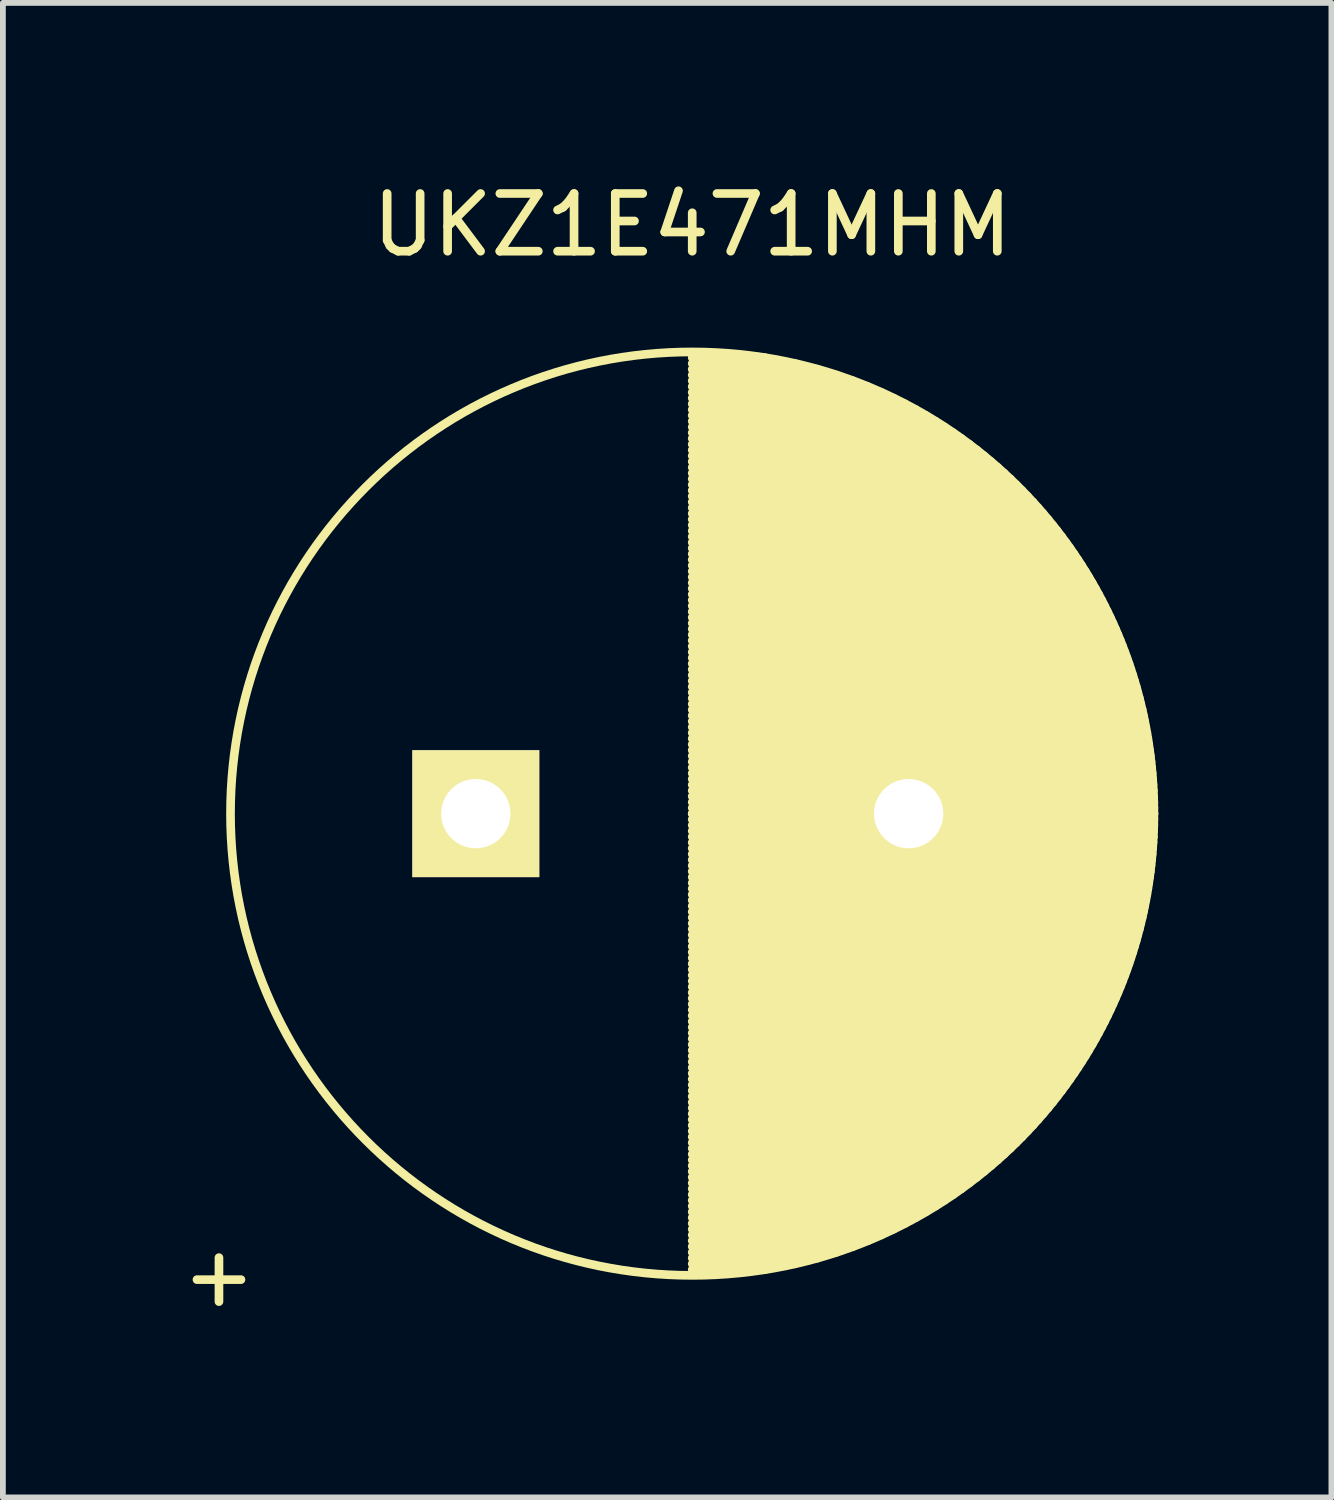
<source format=kicad_pcb>
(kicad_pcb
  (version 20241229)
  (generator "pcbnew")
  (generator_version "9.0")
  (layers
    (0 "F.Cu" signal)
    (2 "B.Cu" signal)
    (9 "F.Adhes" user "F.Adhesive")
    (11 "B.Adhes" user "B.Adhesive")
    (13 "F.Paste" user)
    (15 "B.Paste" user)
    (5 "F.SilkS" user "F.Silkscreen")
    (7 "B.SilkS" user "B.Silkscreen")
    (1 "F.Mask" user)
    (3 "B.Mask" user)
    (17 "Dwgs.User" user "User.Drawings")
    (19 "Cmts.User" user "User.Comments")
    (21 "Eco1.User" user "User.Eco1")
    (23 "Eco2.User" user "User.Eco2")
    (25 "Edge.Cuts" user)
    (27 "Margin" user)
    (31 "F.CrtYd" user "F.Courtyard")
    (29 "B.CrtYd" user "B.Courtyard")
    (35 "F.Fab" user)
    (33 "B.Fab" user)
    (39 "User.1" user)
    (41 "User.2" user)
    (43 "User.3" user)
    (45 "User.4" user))
  (footprint "UKZ1E471MHM"
    (layer "F.Cu")
    (at 5.194 11.048)
    (property "Reference" "UKZ1E471MHM" (at 3.75 -10.2 0) (layer "F.SilkS") (effects (font (size 1 1) (thickness 0.15))))
    (attr through_hole)
    (fp_line (start 3.75 -7.9) (end 5.011 -7.9) (stroke (width 0.15) (type solid)) (layer "F.SilkS"))
    (fp_line (start 3.75 -7.8) (end 5.528 -7.8) (stroke (width 0.15) (type solid)) (layer "F.SilkS"))
    (fp_line (start 3.75 -7.7) (end 5.92 -7.7) (stroke (width 0.15) (type solid)) (layer "F.SilkS"))
    (fp_line (start 3.75 -7.6) (end 6.248 -7.6) (stroke (width 0.15) (type solid)) (layer "F.SilkS"))
    (fp_line (start 3.75 -7.5) (end 6.534 -7.5) (stroke (width 0.15) (type solid)) (layer "F.SilkS"))
    (fp_line (start 3.75 -7.4) (end 6.79 -7.4) (stroke (width 0.15) (type solid)) (layer "F.SilkS"))
    (fp_line (start 3.75 -7.3) (end 7.023 -7.3) (stroke (width 0.15) (type solid)) (layer "F.SilkS"))
    (fp_line (start 3.75 -7.2) (end 7.237 -7.2) (stroke (width 0.15) (type solid)) (layer "F.SilkS"))
    (fp_line (start 3.75 -7.1) (end 7.436 -7.1) (stroke (width 0.15) (type solid)) (layer "F.SilkS"))
    (fp_line (start 3.75 -7) (end 7.623 -7) (stroke (width 0.15) (type solid)) (layer "F.SilkS"))
    (fp_line (start 3.75 -6.9) (end 7.798 -6.9) (stroke (width 0.15) (type solid)) (layer "F.SilkS"))
    (fp_line (start 3.75 -6.8) (end 7.964 -6.8) (stroke (width 0.15) (type solid)) (layer "F.SilkS"))
    (fp_line (start 3.75 -6.7) (end 8.121 -6.7) (stroke (width 0.15) (type solid)) (layer "F.SilkS"))
    (fp_line (start 3.75 -6.6) (end 8.271 -6.6) (stroke (width 0.15) (type solid)) (layer "F.SilkS"))
    (fp_line (start 3.75 -6.5) (end 8.414 -6.5) (stroke (width 0.15) (type solid)) (layer "F.SilkS"))
    (fp_line (start 3.75 -6.4) (end 8.55 -6.4) (stroke (width 0.15) (type solid)) (layer "F.SilkS"))
    (fp_line (start 3.75 -6.3) (end 8.681 -6.3) (stroke (width 0.15) (type solid)) (layer "F.SilkS"))
    (fp_line (start 3.75 -6.2) (end 8.806 -6.2) (stroke (width 0.15) (type solid)) (layer "F.SilkS"))
    (fp_line (start 3.75 -6.1) (end 8.926 -6.1) (stroke (width 0.15) (type solid)) (layer "F.SilkS"))
    (fp_line (start 3.75 -6) (end 9.042 -6) (stroke (width 0.15) (type solid)) (layer "F.SilkS"))
    (fp_line (start 3.75 -5.9) (end 9.153 -5.9) (stroke (width 0.15) (type solid)) (layer "F.SilkS"))
    (fp_line (start 3.75 -5.8) (end 9.26 -5.8) (stroke (width 0.15) (type solid)) (layer "F.SilkS"))
    (fp_line (start 3.75 -5.7) (end 9.363 -5.7) (stroke (width 0.15) (type solid)) (layer "F.SilkS"))
    (fp_line (start 3.75 -5.6) (end 9.463 -5.6) (stroke (width 0.15) (type solid)) (layer "F.SilkS"))
    (fp_line (start 3.75 -5.5) (end 9.559 -5.5) (stroke (width 0.15) (type solid)) (layer "F.SilkS"))
    (fp_line (start 3.75 -5.4) (end 9.653 -5.4) (stroke (width 0.15) (type solid)) (layer "F.SilkS"))
    (fp_line (start 3.75 -5.3) (end 9.742 -5.3) (stroke (width 0.15) (type solid)) (layer "F.SilkS"))
    (fp_line (start 3.75 -5.2) (end 9.829 -5.2) (stroke (width 0.15) (type solid)) (layer "F.SilkS"))
    (fp_line (start 3.75 -5.1) (end 9.914 -5.1) (stroke (width 0.15) (type solid)) (layer "F.SilkS"))
    (fp_line (start 3.75 -5) (end 9.995 -5) (stroke (width 0.15) (type solid)) (layer "F.SilkS"))
    (fp_line (start 3.75 -4.9) (end 10.074 -4.9) (stroke (width 0.15) (type solid)) (layer "F.SilkS"))
    (fp_line (start 3.75 -4.8) (end 10.15 -4.8) (stroke (width 0.15) (type solid)) (layer "F.SilkS"))
    (fp_line (start 3.75 -4.7) (end 10.224 -4.7) (stroke (width 0.15) (type solid)) (layer "F.SilkS"))
    (fp_line (start 3.75 -4.6) (end 10.295 -4.6) (stroke (width 0.15) (type solid)) (layer "F.SilkS"))
    (fp_line (start 3.75 -4.5) (end 10.364 -4.5) (stroke (width 0.15) (type solid)) (layer "F.SilkS"))
    (fp_line (start 3.75 -4.4) (end 10.431 -4.4) (stroke (width 0.15) (type solid)) (layer "F.SilkS"))
    (fp_line (start 3.75 -4.3) (end 10.496 -4.3) (stroke (width 0.15) (type solid)) (layer "F.SilkS"))
    (fp_line (start 3.75 -4.2) (end 10.559 -4.2) (stroke (width 0.15) (type solid)) (layer "F.SilkS"))
    (fp_line (start 3.75 -4.1) (end 10.619 -4.1) (stroke (width 0.15) (type solid)) (layer "F.SilkS"))
    (fp_line (start 3.75 -4) (end 10.678 -4) (stroke (width 0.15) (type solid)) (layer "F.SilkS"))
    (fp_line (start 3.75 -3.9) (end 10.735 -3.9) (stroke (width 0.15) (type solid)) (layer "F.SilkS"))
    (fp_line (start 3.75 -3.8) (end 10.79 -3.8) (stroke (width 0.15) (type solid)) (layer "F.SilkS"))
    (fp_line (start 3.75 -3.7) (end 10.843 -3.7) (stroke (width 0.15) (type solid)) (layer "F.SilkS"))
    (fp_line (start 3.75 -3.6) (end 10.894 -3.6) (stroke (width 0.15) (type solid)) (layer "F.SilkS"))
    (fp_line (start 3.75 -3.5) (end 10.944 -3.5) (stroke (width 0.15) (type solid)) (layer "F.SilkS"))
    (fp_line (start 3.75 -3.4) (end 10.992 -3.4) (stroke (width 0.15) (type solid)) (layer "F.SilkS"))
    (fp_line (start 3.75 -3.3) (end 11.038 -3.3) (stroke (width 0.15) (type solid)) (layer "F.SilkS"))
    (fp_line (start 3.75 -3.2) (end 11.082 -3.2) (stroke (width 0.15) (type solid)) (layer "F.SilkS"))
    (fp_line (start 3.75 -3.1) (end 11.125 -3.1) (stroke (width 0.15) (type solid)) (layer "F.SilkS"))
    (fp_line (start 3.75 -3) (end 11.166 -3) (stroke (width 0.15) (type solid)) (layer "F.SilkS"))
    (fp_line (start 3.75 -2.9) (end 11.206 -2.9) (stroke (width 0.15) (type solid)) (layer "F.SilkS"))
    (fp_line (start 3.75 -2.8) (end 11.244 -2.8) (stroke (width 0.15) (type solid)) (layer "F.SilkS"))
    (fp_line (start 3.75 -2.7) (end 11.281 -2.7) (stroke (width 0.15) (type solid)) (layer "F.SilkS"))
    (fp_line (start 3.75 -2.6) (end 11.316 -2.6) (stroke (width 0.15) (type solid)) (layer "F.SilkS"))
    (fp_line (start 3.75 -2.5) (end 11.349 -2.5) (stroke (width 0.15) (type solid)) (layer "F.SilkS"))
    (fp_line (start 3.75 -2.4) (end 11.382 -2.4) (stroke (width 0.15) (type solid)) (layer "F.SilkS"))
    (fp_line (start 3.75 -2.3) (end 11.412 -2.3) (stroke (width 0.15) (type solid)) (layer "F.SilkS"))
    (fp_line (start 3.75 -2.2) (end 11.442 -2.2) (stroke (width 0.15) (type solid)) (layer "F.SilkS"))
    (fp_line (start 3.75 -2.1) (end 11.469 -2.1) (stroke (width 0.15) (type solid)) (layer "F.SilkS"))
    (fp_line (start 3.75 -2) (end 11.496 -2) (stroke (width 0.15) (type solid)) (layer "F.SilkS"))
    (fp_line (start 3.75 -1.9) (end 11.521 -1.9) (stroke (width 0.15) (type solid)) (layer "F.SilkS"))
    (fp_line (start 3.75 -1.8) (end 11.545 -1.8) (stroke (width 0.15) (type solid)) (layer "F.SilkS"))
    (fp_line (start 3.75 -1.7) (end 11.567 -1.7) (stroke (width 0.15) (type solid)) (layer "F.SilkS"))
    (fp_line (start 3.75 -1.6) (end 11.588 -1.6) (stroke (width 0.15) (type solid)) (layer "F.SilkS"))
    (fp_line (start 3.75 -1.5) (end 11.608 -1.5) (stroke (width 0.15) (type solid)) (layer "F.SilkS"))
    (fp_line (start 3.75 -1.4) (end 11.627 -1.4) (stroke (width 0.15) (type solid)) (layer "F.SilkS"))
    (fp_line (start 3.75 -1.3) (end 11.644 -1.3) (stroke (width 0.15) (type solid)) (layer "F.SilkS"))
    (fp_line (start 3.75 -1.2) (end 11.659 -1.2) (stroke (width 0.15) (type solid)) (layer "F.SilkS"))
    (fp_line (start 3.75 -1.1) (end 11.674 -1.1) (stroke (width 0.15) (type solid)) (layer "F.SilkS"))
    (fp_line (start 3.75 -1) (end 11.687 -1) (stroke (width 0.15) (type solid)) (layer "F.SilkS"))
    (fp_line (start 3.75 -0.9) (end 11.699 -0.9) (stroke (width 0.15) (type solid)) (layer "F.SilkS"))
    (fp_line (start 3.75 -0.8) (end 11.71 -0.8) (stroke (width 0.15) (type solid)) (layer "F.SilkS"))
    (fp_line (start 3.75 -0.7) (end 11.719 -0.7) (stroke (width 0.15) (type solid)) (layer "F.SilkS"))
    (fp_line (start 3.75 -0.6) (end 11.727 -0.6) (stroke (width 0.15) (type solid)) (layer "F.SilkS"))
    (fp_line (start 3.75 -0.5) (end 11.734 -0.5) (stroke (width 0.15) (type solid)) (layer "F.SilkS"))
    (fp_line (start 3.75 -0.4) (end 11.74 -0.4) (stroke (width 0.15) (type solid)) (layer "F.SilkS"))
    (fp_line (start 3.75 -0.3) (end 11.744 -0.3) (stroke (width 0.15) (type solid)) (layer "F.SilkS"))
    (fp_line (start 3.75 -0.2) (end 11.748 -0.2) (stroke (width 0.15) (type solid)) (layer "F.SilkS"))
    (fp_line (start 3.75 -0.1) (end 11.749 -0.1) (stroke (width 0.15) (type solid)) (layer "F.SilkS"))
    (fp_line (start 3.75 0) (end 11.75 0) (stroke (width 0.15) (type solid)) (layer "F.SilkS"))
    (fp_line (start 3.75 0) (end 11.75 0) (stroke (width 0.15) (type solid)) (layer "F.SilkS"))
    (fp_line (start 3.75 0.1) (end 11.749 0.1) (stroke (width 0.15) (type solid)) (layer "F.SilkS"))
    (fp_line (start 3.75 0.2) (end 11.748 0.2) (stroke (width 0.15) (type solid)) (layer "F.SilkS"))
    (fp_line (start 3.75 0.3) (end 11.744 0.3) (stroke (width 0.15) (type solid)) (layer "F.SilkS"))
    (fp_line (start 3.75 0.4) (end 11.74 0.4) (stroke (width 0.15) (type solid)) (layer "F.SilkS"))
    (fp_line (start 3.75 0.5) (end 11.734 0.5) (stroke (width 0.15) (type solid)) (layer "F.SilkS"))
    (fp_line (start 3.75 0.6) (end 11.727 0.6) (stroke (width 0.15) (type solid)) (layer "F.SilkS"))
    (fp_line (start 3.75 0.7) (end 11.719 0.7) (stroke (width 0.15) (type solid)) (layer "F.SilkS"))
    (fp_line (start 3.75 0.8) (end 11.71 0.8) (stroke (width 0.15) (type solid)) (layer "F.SilkS"))
    (fp_line (start 3.75 0.9) (end 11.699 0.9) (stroke (width 0.15) (type solid)) (layer "F.SilkS"))
    (fp_line (start 3.75 1) (end 11.687 1) (stroke (width 0.15) (type solid)) (layer "F.SilkS"))
    (fp_line (start 3.75 1.1) (end 11.674 1.1) (stroke (width 0.15) (type solid)) (layer "F.SilkS"))
    (fp_line (start 3.75 1.2) (end 11.659 1.2) (stroke (width 0.15) (type solid)) (layer "F.SilkS"))
    (fp_line (start 3.75 1.3) (end 11.644 1.3) (stroke (width 0.15) (type solid)) (layer "F.SilkS"))
    (fp_line (start 3.75 1.4) (end 11.627 1.4) (stroke (width 0.15) (type solid)) (layer "F.SilkS"))
    (fp_line (start 3.75 1.5) (end 11.608 1.5) (stroke (width 0.15) (type solid)) (layer "F.SilkS"))
    (fp_line (start 3.75 1.6) (end 11.588 1.6) (stroke (width 0.15) (type solid)) (layer "F.SilkS"))
    (fp_line (start 3.75 1.7) (end 11.567 1.7) (stroke (width 0.15) (type solid)) (layer "F.SilkS"))
    (fp_line (start 3.75 1.8) (end 11.545 1.8) (stroke (width 0.15) (type solid)) (layer "F.SilkS"))
    (fp_line (start 3.75 1.9) (end 11.521 1.9) (stroke (width 0.15) (type solid)) (layer "F.SilkS"))
    (fp_line (start 3.75 2) (end 11.496 2) (stroke (width 0.15) (type solid)) (layer "F.SilkS"))
    (fp_line (start 3.75 2.1) (end 11.469 2.1) (stroke (width 0.15) (type solid)) (layer "F.SilkS"))
    (fp_line (start 3.75 2.2) (end 11.442 2.2) (stroke (width 0.15) (type solid)) (layer "F.SilkS"))
    (fp_line (start 3.75 2.3) (end 11.412 2.3) (stroke (width 0.15) (type solid)) (layer "F.SilkS"))
    (fp_line (start 3.75 2.4) (end 11.382 2.4) (stroke (width 0.15) (type solid)) (layer "F.SilkS"))
    (fp_line (start 3.75 2.5) (end 11.349 2.5) (stroke (width 0.15) (type solid)) (layer "F.SilkS"))
    (fp_line (start 3.75 2.6) (end 11.316 2.6) (stroke (width 0.15) (type solid)) (layer "F.SilkS"))
    (fp_line (start 3.75 2.7) (end 11.281 2.7) (stroke (width 0.15) (type solid)) (layer "F.SilkS"))
    (fp_line (start 3.75 2.8) (end 11.244 2.8) (stroke (width 0.15) (type solid)) (layer "F.SilkS"))
    (fp_line (start 3.75 2.9) (end 11.206 2.9) (stroke (width 0.15) (type solid)) (layer "F.SilkS"))
    (fp_line (start 3.75 3) (end 11.166 3) (stroke (width 0.15) (type solid)) (layer "F.SilkS"))
    (fp_line (start 3.75 3.1) (end 11.125 3.1) (stroke (width 0.15) (type solid)) (layer "F.SilkS"))
    (fp_line (start 3.75 3.2) (end 11.082 3.2) (stroke (width 0.15) (type solid)) (layer "F.SilkS"))
    (fp_line (start 3.75 3.3) (end 11.038 3.3) (stroke (width 0.15) (type solid)) (layer "F.SilkS"))
    (fp_line (start 3.75 3.4) (end 10.992 3.4) (stroke (width 0.15) (type solid)) (layer "F.SilkS"))
    (fp_line (start 3.75 3.5) (end 10.944 3.5) (stroke (width 0.15) (type solid)) (layer "F.SilkS"))
    (fp_line (start 3.75 3.6) (end 10.894 3.6) (stroke (width 0.15) (type solid)) (layer "F.SilkS"))
    (fp_line (start 3.75 3.7) (end 10.843 3.7) (stroke (width 0.15) (type solid)) (layer "F.SilkS"))
    (fp_line (start 3.75 3.8) (end 10.79 3.8) (stroke (width 0.15) (type solid)) (layer "F.SilkS"))
    (fp_line (start 3.75 3.9) (end 10.735 3.9) (stroke (width 0.15) (type solid)) (layer "F.SilkS"))
    (fp_line (start 3.75 4) (end 10.678 4) (stroke (width 0.15) (type solid)) (layer "F.SilkS"))
    (fp_line (start 3.75 4.1) (end 10.619 4.1) (stroke (width 0.15) (type solid)) (layer "F.SilkS"))
    (fp_line (start 3.75 4.2) (end 10.559 4.2) (stroke (width 0.15) (type solid)) (layer "F.SilkS"))
    (fp_line (start 3.75 4.3) (end 10.496 4.3) (stroke (width 0.15) (type solid)) (layer "F.SilkS"))
    (fp_line (start 3.75 4.4) (end 10.431 4.4) (stroke (width 0.15) (type solid)) (layer "F.SilkS"))
    (fp_line (start 3.75 4.5) (end 10.364 4.5) (stroke (width 0.15) (type solid)) (layer "F.SilkS"))
    (fp_line (start 3.75 4.6) (end 10.295 4.6) (stroke (width 0.15) (type solid)) (layer "F.SilkS"))
    (fp_line (start 3.75 4.7) (end 10.224 4.7) (stroke (width 0.15) (type solid)) (layer "F.SilkS"))
    (fp_line (start 3.75 4.8) (end 10.15 4.8) (stroke (width 0.15) (type solid)) (layer "F.SilkS"))
    (fp_line (start 3.75 4.9) (end 10.074 4.9) (stroke (width 0.15) (type solid)) (layer "F.SilkS"))
    (fp_line (start 3.75 5) (end 9.995 5) (stroke (width 0.15) (type solid)) (layer "F.SilkS"))
    (fp_line (start 3.75 5.1) (end 9.914 5.1) (stroke (width 0.15) (type solid)) (layer "F.SilkS"))
    (fp_line (start 3.75 5.2) (end 9.829 5.2) (stroke (width 0.15) (type solid)) (layer "F.SilkS"))
    (fp_line (start 3.75 5.3) (end 9.742 5.3) (stroke (width 0.15) (type solid)) (layer "F.SilkS"))
    (fp_line (start 3.75 5.4) (end 9.653 5.4) (stroke (width 0.15) (type solid)) (layer "F.SilkS"))
    (fp_line (start 3.75 5.5) (end 9.559 5.5) (stroke (width 0.15) (type solid)) (layer "F.SilkS"))
    (fp_line (start 3.75 5.6) (end 9.463 5.6) (stroke (width 0.15) (type solid)) (layer "F.SilkS"))
    (fp_line (start 3.75 5.7) (end 9.363 5.7) (stroke (width 0.15) (type solid)) (layer "F.SilkS"))
    (fp_line (start 3.75 5.8) (end 9.26 5.8) (stroke (width 0.15) (type solid)) (layer "F.SilkS"))
    (fp_line (start 3.75 5.9) (end 9.153 5.9) (stroke (width 0.15) (type solid)) (layer "F.SilkS"))
    (fp_line (start 3.75 6) (end 9.042 6) (stroke (width 0.15) (type solid)) (layer "F.SilkS"))
    (fp_line (start 3.75 6.1) (end 8.926 6.1) (stroke (width 0.15) (type solid)) (layer "F.SilkS"))
    (fp_line (start 3.75 6.2) (end 8.806 6.2) (stroke (width 0.15) (type solid)) (layer "F.SilkS"))
    (fp_line (start 3.75 6.3) (end 8.681 6.3) (stroke (width 0.15) (type solid)) (layer "F.SilkS"))
    (fp_line (start 3.75 6.4) (end 8.55 6.4) (stroke (width 0.15) (type solid)) (layer "F.SilkS"))
    (fp_line (start 3.75 6.5) (end 8.414 6.5) (stroke (width 0.15) (type solid)) (layer "F.SilkS"))
    (fp_line (start 3.75 6.6) (end 8.271 6.6) (stroke (width 0.15) (type solid)) (layer "F.SilkS"))
    (fp_line (start 3.75 6.7) (end 8.121 6.7) (stroke (width 0.15) (type solid)) (layer "F.SilkS"))
    (fp_line (start 3.75 6.8) (end 7.964 6.8) (stroke (width 0.15) (type solid)) (layer "F.SilkS"))
    (fp_line (start 3.75 6.9) (end 7.798 6.9) (stroke (width 0.15) (type solid)) (layer "F.SilkS"))
    (fp_line (start 3.75 7) (end 7.623 7) (stroke (width 0.15) (type solid)) (layer "F.SilkS"))
    (fp_line (start 3.75 7.1) (end 7.436 7.1) (stroke (width 0.15) (type solid)) (layer "F.SilkS"))
    (fp_line (start 3.75 7.2) (end 7.237 7.2) (stroke (width 0.15) (type solid)) (layer "F.SilkS"))
    (fp_line (start 3.75 7.3) (end 7.023 7.3) (stroke (width 0.15) (type solid)) (layer "F.SilkS"))
    (fp_line (start 3.75 7.4) (end 6.79 7.4) (stroke (width 0.15) (type solid)) (layer "F.SilkS"))
    (fp_line (start 3.75 7.5) (end 6.534 7.5) (stroke (width 0.15) (type solid)) (layer "F.SilkS"))
    (fp_line (start 3.75 7.6) (end 6.248 7.6) (stroke (width 0.15) (type solid)) (layer "F.SilkS"))
    (fp_line (start 3.75 7.7) (end 5.92 7.7) (stroke (width 0.15) (type solid)) (layer "F.SilkS"))
    (fp_line (start 3.75 7.8) (end 5.528 7.8) (stroke (width 0.15) (type solid)) (layer "F.SilkS"))
    (fp_line (start 3.75 7.9) (end 5.011 7.9) (stroke (width 0.15) (type solid)) (layer "F.SilkS"))
    (fp_circle (center 3.75 0) (end 3.75 -8) (stroke (width 0.15) (type solid)) (fill no) (layer "F.SilkS"))
    (fp_text user "+" (at -4.45 8 0) (layer "F.SilkS") (effects (font (size 1 1) (thickness 0.15))))
    (pad "1" thru_hole rect (at 0 0) (size 2.2 2.2) (drill 1.2) (layers "*.Cu" "*.Mask" "F.SilkS"))
    (pad "2" thru_hole circle (at 7.5 0) (size 2.2 2.2) (drill 1.2) (layers "*.Cu" "*.Mask" "F.SilkS")))
  (gr_rect
    (start -3 -3)
    (end 20.019 22.896)
    (stroke (width 0.1) (type default))
    (fill no)
    (layer "Edge.Cuts")))
</source>
